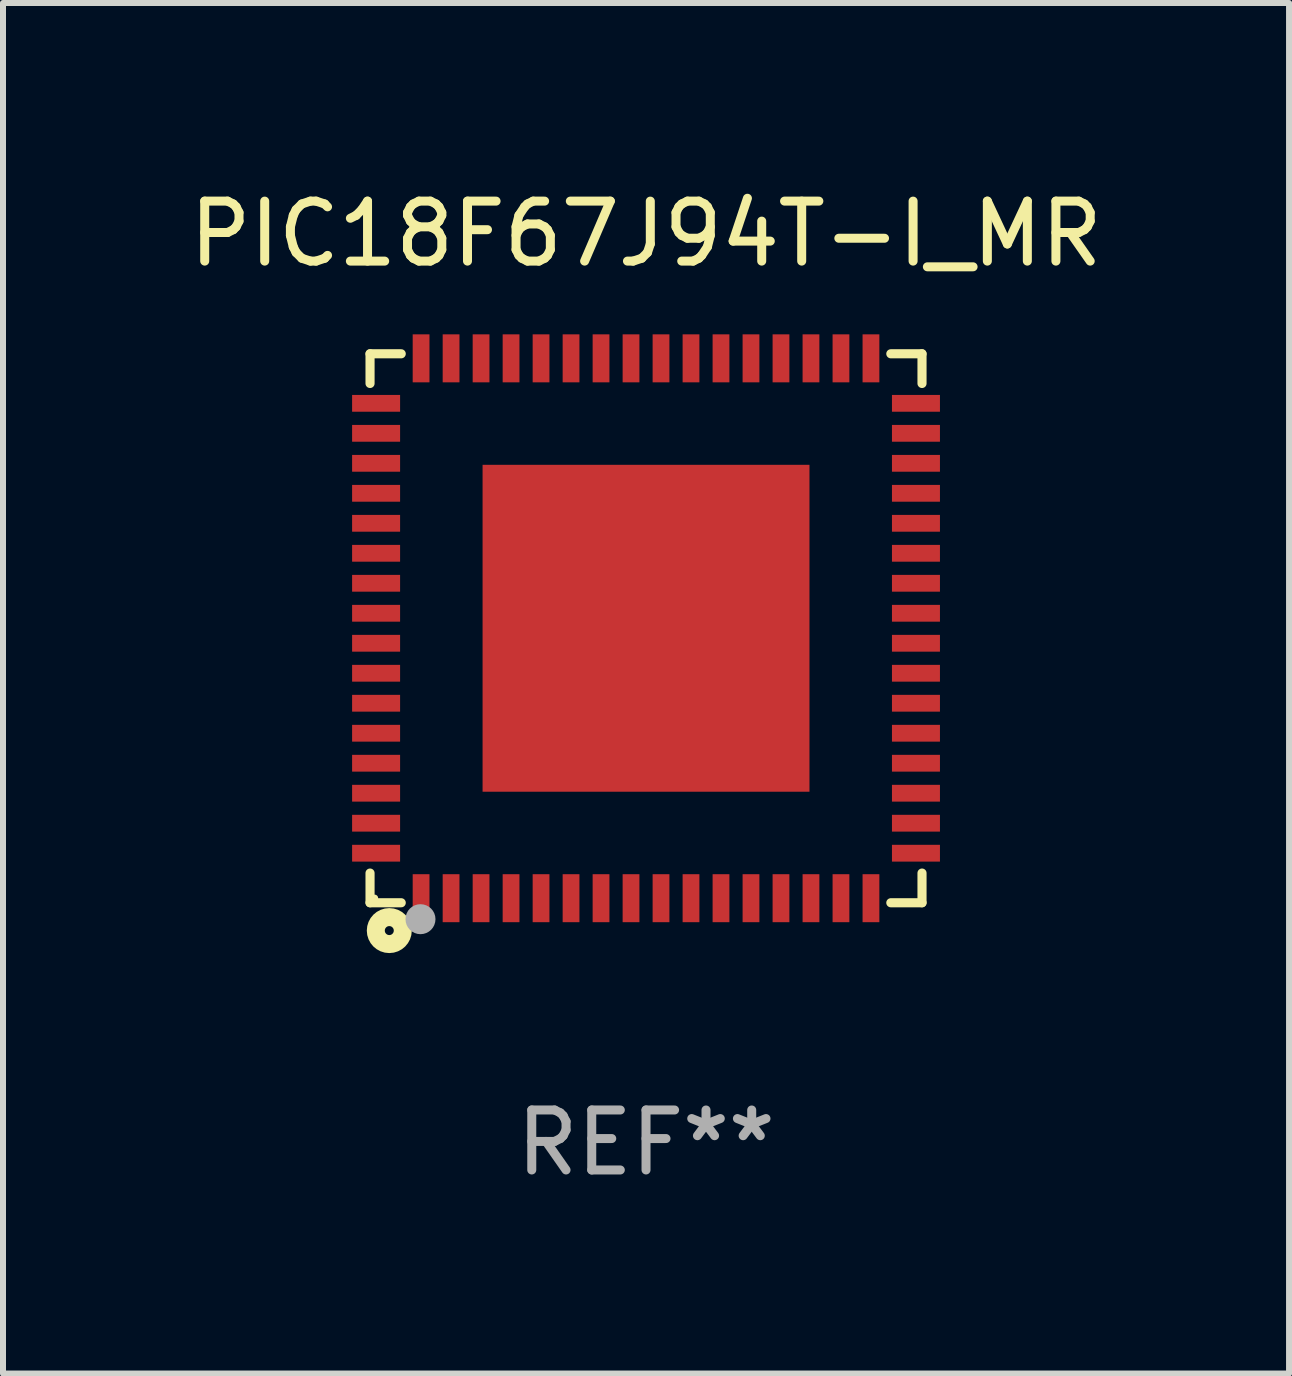
<source format=kicad_pcb>
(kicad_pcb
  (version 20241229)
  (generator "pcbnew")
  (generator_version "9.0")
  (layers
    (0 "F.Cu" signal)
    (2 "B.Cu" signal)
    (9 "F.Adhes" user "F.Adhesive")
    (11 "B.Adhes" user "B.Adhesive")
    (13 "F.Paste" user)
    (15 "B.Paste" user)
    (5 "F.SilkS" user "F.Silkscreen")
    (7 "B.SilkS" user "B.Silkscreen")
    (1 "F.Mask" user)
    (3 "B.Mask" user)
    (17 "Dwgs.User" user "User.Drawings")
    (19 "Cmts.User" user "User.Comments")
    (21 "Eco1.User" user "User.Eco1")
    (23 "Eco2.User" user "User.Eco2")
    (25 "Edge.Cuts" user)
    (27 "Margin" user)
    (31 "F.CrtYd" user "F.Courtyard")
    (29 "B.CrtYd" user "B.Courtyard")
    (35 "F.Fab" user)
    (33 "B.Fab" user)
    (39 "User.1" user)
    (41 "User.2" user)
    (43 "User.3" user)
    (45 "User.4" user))
  (footprint "PIC18F67J94T-I_MR"
    (layer "F.Cu")
    (at 7.72 7.424)
    (property "Reference" "PIC18F67J94T-I_MR" (at 0 -6.576 0) (layer "F.SilkS") (effects (font (size 1 1) (thickness 0.15))))
    (attr through_hole)
    (fp_line (start -4.601 -4.576) (end -4.081 -4.576) (stroke (width 0.152) (type solid)) (layer "F.SilkS"))
    (fp_line (start -4.601 -4.081) (end -4.601 -4.576) (stroke (width 0.152) (type solid)) (layer "F.SilkS"))
    (fp_line (start -4.601 4.081) (end -4.601 4.576) (stroke (width 0.152) (type solid)) (layer "F.SilkS"))
    (fp_line (start -4.601 4.576) (end -4.081 4.576) (stroke (width 0.152) (type solid)) (layer "F.SilkS"))
    (fp_line (start 4.601 -4.576) (end 4.081 -4.576) (stroke (width 0.152) (type solid)) (layer "F.SilkS"))
    (fp_line (start 4.601 -4.081) (end 4.601 -4.576) (stroke (width 0.152) (type solid)) (layer "F.SilkS"))
    (fp_line (start 4.601 4.081) (end 4.601 4.576) (stroke (width 0.152) (type solid)) (layer "F.SilkS"))
    (fp_line (start 4.601 4.576) (end 4.081 4.576) (stroke (width 0.152) (type solid)) (layer "F.SilkS"))
    (fp_circle (center -4.525 4.5) (end -4.495 4.5) (stroke (width 0.06) (type solid)) (fill no) (layer "F.SilkS"))
    (fp_circle (center -4.28 5.04) (end -4.205 5.04) (stroke (width 0.3) (type solid)) (fill no) (layer "F.SilkS"))
    (fp_circle (center -3.76 4.85) (end -3.635 4.85) (stroke (width 0.25) (type solid)) (fill no) (layer "F.Fab"))
    (fp_text user "REF**" (at 0 8.576 0) (layer "F.Fab") (effects (font (size 1 1) (thickness 0.15))))
    (pad "1" smd rect (at -3.75 4.5) (size 0.28 0.8) (layers "F.Cu" "F.Mask" "F.Paste"))
    (pad "2" smd rect (at -3.25 4.5) (size 0.28 0.8) (layers "F.Cu" "F.Mask" "F.Paste"))
    (pad "3" smd rect (at -2.75 4.5) (size 0.28 0.8) (layers "F.Cu" "F.Mask" "F.Paste"))
    (pad "4" smd rect (at -2.25 4.5) (size 0.28 0.8) (layers "F.Cu" "F.Mask" "F.Paste"))
    (pad "5" smd rect (at -1.75 4.5) (size 0.28 0.8) (layers "F.Cu" "F.Mask" "F.Paste"))
    (pad "6" smd rect (at -1.25 4.5) (size 0.28 0.8) (layers "F.Cu" "F.Mask" "F.Paste"))
    (pad "7" smd rect (at -0.75 4.5) (size 0.28 0.8) (layers "F.Cu" "F.Mask" "F.Paste"))
    (pad "8" smd rect (at -0.25 4.5) (size 0.28 0.8) (layers "F.Cu" "F.Mask" "F.Paste"))
    (pad "9" smd rect (at 0.25 4.5) (size 0.28 0.8) (layers "F.Cu" "F.Mask" "F.Paste"))
    (pad "10" smd rect (at 0.75 4.5) (size 0.28 0.8) (layers "F.Cu" "F.Mask" "F.Paste"))
    (pad "11" smd rect (at 1.25 4.5) (size 0.28 0.8) (layers "F.Cu" "F.Mask" "F.Paste"))
    (pad "12" smd rect (at 1.75 4.5) (size 0.28 0.8) (layers "F.Cu" "F.Mask" "F.Paste"))
    (pad "13" smd rect (at 2.25 4.5) (size 0.28 0.8) (layers "F.Cu" "F.Mask" "F.Paste"))
    (pad "14" smd rect (at 2.75 4.5) (size 0.28 0.8) (layers "F.Cu" "F.Mask" "F.Paste"))
    (pad "15" smd rect (at 3.25 4.5) (size 0.28 0.8) (layers "F.Cu" "F.Mask" "F.Paste"))
    (pad "16" smd rect (at 3.75 4.5) (size 0.28 0.8) (layers "F.Cu" "F.Mask" "F.Paste"))
    (pad "17" smd rect (at 4.5 3.75) (size 0.8 0.28) (layers "F.Cu" "F.Mask" "F.Paste"))
    (pad "18" smd rect (at 4.5 3.25) (size 0.8 0.28) (layers "F.Cu" "F.Mask" "F.Paste"))
    (pad "19" smd rect (at 4.5 2.75) (size 0.8 0.28) (layers "F.Cu" "F.Mask" "F.Paste"))
    (pad "20" smd rect (at 4.5 2.25) (size 0.8 0.28) (layers "F.Cu" "F.Mask" "F.Paste"))
    (pad "21" smd rect (at 4.5 1.75) (size 0.8 0.28) (layers "F.Cu" "F.Mask" "F.Paste"))
    (pad "22" smd rect (at 4.5 1.25) (size 0.8 0.28) (layers "F.Cu" "F.Mask" "F.Paste"))
    (pad "23" smd rect (at 4.5 0.75) (size 0.8 0.28) (layers "F.Cu" "F.Mask" "F.Paste"))
    (pad "24" smd rect (at 4.5 0.25) (size 0.8 0.28) (layers "F.Cu" "F.Mask" "F.Paste"))
    (pad "25" smd rect (at 4.5 -0.25) (size 0.8 0.28) (layers "F.Cu" "F.Mask" "F.Paste"))
    (pad "26" smd rect (at 4.5 -0.75) (size 0.8 0.28) (layers "F.Cu" "F.Mask" "F.Paste"))
    (pad "27" smd rect (at 4.5 -1.25) (size 0.8 0.28) (layers "F.Cu" "F.Mask" "F.Paste"))
    (pad "28" smd rect (at 4.5 -1.75) (size 0.8 0.28) (layers "F.Cu" "F.Mask" "F.Paste"))
    (pad "29" smd rect (at 4.5 -2.25) (size 0.8 0.28) (layers "F.Cu" "F.Mask" "F.Paste"))
    (pad "30" smd rect (at 4.5 -2.75) (size 0.8 0.28) (layers "F.Cu" "F.Mask" "F.Paste"))
    (pad "31" smd rect (at 4.5 -3.25) (size 0.8 0.28) (layers "F.Cu" "F.Mask" "F.Paste"))
    (pad "32" smd rect (at 4.5 -3.75) (size 0.8 0.28) (layers "F.Cu" "F.Mask" "F.Paste"))
    (pad "33" smd rect (at 3.75 -4.5) (size 0.28 0.8) (layers "F.Cu" "F.Mask" "F.Paste"))
    (pad "34" smd rect (at 3.25 -4.5) (size 0.28 0.8) (layers "F.Cu" "F.Mask" "F.Paste"))
    (pad "35" smd rect (at 2.75 -4.5) (size 0.28 0.8) (layers "F.Cu" "F.Mask" "F.Paste"))
    (pad "36" smd rect (at 2.25 -4.5) (size 0.28 0.8) (layers "F.Cu" "F.Mask" "F.Paste"))
    (pad "37" smd rect (at 1.75 -4.5) (size 0.28 0.8) (layers "F.Cu" "F.Mask" "F.Paste"))
    (pad "38" smd rect (at 1.25 -4.5) (size 0.28 0.8) (layers "F.Cu" "F.Mask" "F.Paste"))
    (pad "39" smd rect (at 0.75 -4.5) (size 0.28 0.8) (layers "F.Cu" "F.Mask" "F.Paste"))
    (pad "40" smd rect (at 0.25 -4.5) (size 0.28 0.8) (layers "F.Cu" "F.Mask" "F.Paste"))
    (pad "41" smd rect (at -0.25 -4.5) (size 0.28 0.8) (layers "F.Cu" "F.Mask" "F.Paste"))
    (pad "42" smd rect (at -0.75 -4.5) (size 0.28 0.8) (layers "F.Cu" "F.Mask" "F.Paste"))
    (pad "43" smd rect (at -1.25 -4.5) (size 0.28 0.8) (layers "F.Cu" "F.Mask" "F.Paste"))
    (pad "44" smd rect (at -1.75 -4.5) (size 0.28 0.8) (layers "F.Cu" "F.Mask" "F.Paste"))
    (pad "45" smd rect (at -2.25 -4.5) (size 0.28 0.8) (layers "F.Cu" "F.Mask" "F.Paste"))
    (pad "46" smd rect (at -2.75 -4.5) (size 0.28 0.8) (layers "F.Cu" "F.Mask" "F.Paste"))
    (pad "47" smd rect (at -3.25 -4.5) (size 0.28 0.8) (layers "F.Cu" "F.Mask" "F.Paste"))
    (pad "48" smd rect (at -3.75 -4.5) (size 0.28 0.8) (layers "F.Cu" "F.Mask" "F.Paste"))
    (pad "49" smd rect (at -4.5 -3.75) (size 0.8 0.28) (layers "F.Cu" "F.Mask" "F.Paste"))
    (pad "50" smd rect (at -4.5 -3.25) (size 0.8 0.28) (layers "F.Cu" "F.Mask" "F.Paste"))
    (pad "51" smd rect (at -4.5 -2.75) (size 0.8 0.28) (layers "F.Cu" "F.Mask" "F.Paste"))
    (pad "52" smd rect (at -4.5 -2.25) (size 0.8 0.28) (layers "F.Cu" "F.Mask" "F.Paste"))
    (pad "53" smd rect (at -4.5 -1.75) (size 0.8 0.28) (layers "F.Cu" "F.Mask" "F.Paste"))
    (pad "54" smd rect (at -4.5 -1.25) (size 0.8 0.28) (layers "F.Cu" "F.Mask" "F.Paste"))
    (pad "55" smd rect (at -4.5 -0.75) (size 0.8 0.28) (layers "F.Cu" "F.Mask" "F.Paste"))
    (pad "56" smd rect (at -4.5 -0.25) (size 0.8 0.28) (layers "F.Cu" "F.Mask" "F.Paste"))
    (pad "57" smd rect (at -4.5 0.25) (size 0.8 0.28) (layers "F.Cu" "F.Mask" "F.Paste"))
    (pad "58" smd rect (at -4.5 0.75) (size 0.8 0.28) (layers "F.Cu" "F.Mask" "F.Paste"))
    (pad "59" smd rect (at -4.5 1.25) (size 0.8 0.28) (layers "F.Cu" "F.Mask" "F.Paste"))
    (pad "60" smd rect (at -4.5 1.75) (size 0.8 0.28) (layers "F.Cu" "F.Mask" "F.Paste"))
    (pad "61" smd rect (at -4.5 2.25) (size 0.8 0.28) (layers "F.Cu" "F.Mask" "F.Paste"))
    (pad "62" smd rect (at -4.5 2.75) (size 0.8 0.28) (layers "F.Cu" "F.Mask" "F.Paste"))
    (pad "63" smd rect (at -4.5 3.25) (size 0.8 0.28) (layers "F.Cu" "F.Mask" "F.Paste"))
    (pad "64" smd rect (at -4.5 3.75) (size 0.8 0.28) (layers "F.Cu" "F.Mask" "F.Paste"))
    (pad "65" smd rect (at 0 0) (size 5.45 5.45) (layers "F.Cu" "F.Mask" "F.Paste")))
  (gr_rect
    (start -3 -3)
    (end 18.44 19.849)
    (stroke (width 0.1) (type default))
    (fill no)
    (layer "Edge.Cuts")))
</source>
